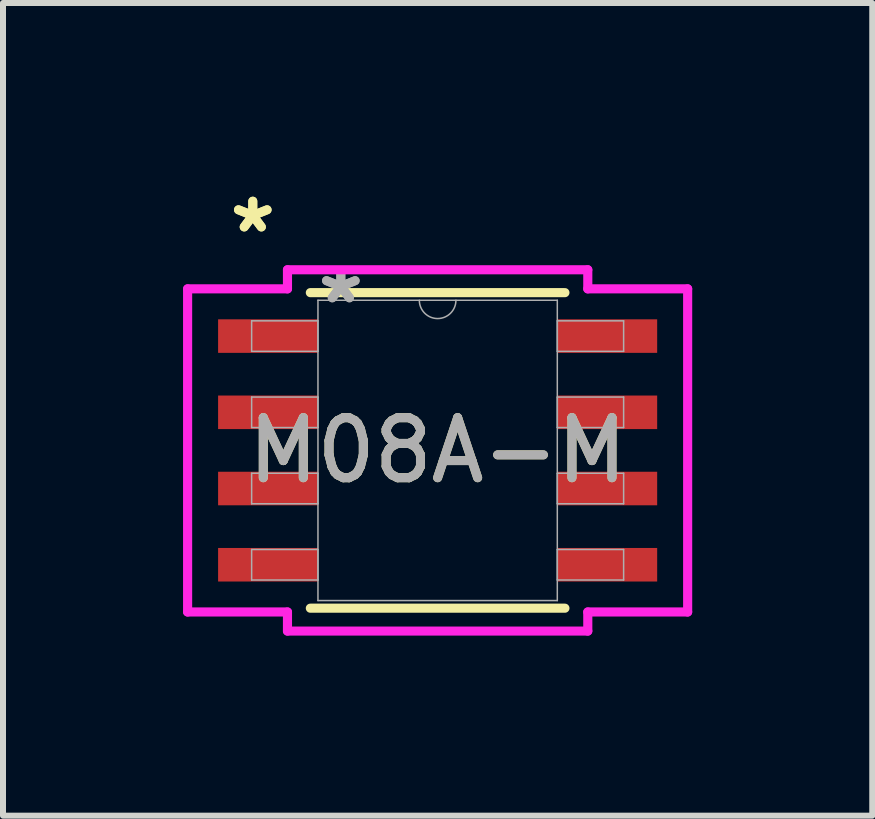
<source format=kicad_pcb>
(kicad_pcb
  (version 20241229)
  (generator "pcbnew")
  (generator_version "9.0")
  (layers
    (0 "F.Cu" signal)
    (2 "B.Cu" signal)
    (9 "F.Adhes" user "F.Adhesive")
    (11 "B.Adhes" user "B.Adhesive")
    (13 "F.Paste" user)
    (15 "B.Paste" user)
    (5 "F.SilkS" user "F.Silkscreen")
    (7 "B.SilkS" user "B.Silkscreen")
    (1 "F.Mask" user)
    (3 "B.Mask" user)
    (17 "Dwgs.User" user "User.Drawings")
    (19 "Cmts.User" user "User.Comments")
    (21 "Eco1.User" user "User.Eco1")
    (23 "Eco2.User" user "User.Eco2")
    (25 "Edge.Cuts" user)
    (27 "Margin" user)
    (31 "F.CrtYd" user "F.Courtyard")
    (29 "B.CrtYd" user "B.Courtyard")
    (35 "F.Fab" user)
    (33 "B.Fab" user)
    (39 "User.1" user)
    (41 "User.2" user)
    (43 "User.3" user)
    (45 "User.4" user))
  (footprint "M08A-M"
    (layer "F.Cu")
    (at 4.242 4.455)
    (property "Reference" "M08A-M" (at 0 0 0) (unlocked yes) (layer "F.SilkS") (effects (font (size 1 1) (thickness 0.15))))
    (attr smd)
    (fp_line (start -2.121 2.629) (end 2.121 2.629) (stroke (width 0.152) (type solid)) (layer "F.SilkS"))
    (fp_line (start 2.121 -2.629) (end -2.121 -2.629) (stroke (width 0.152) (type solid)) (layer "F.SilkS"))
    (fp_line (start -4.166 -2.692) (end -2.502 -2.692) (stroke (width 0.152) (type solid)) (layer "F.CrtYd"))
    (fp_line (start -4.166 2.692) (end -4.166 -2.692) (stroke (width 0.152) (type solid)) (layer "F.CrtYd"))
    (fp_line (start -4.166 2.692) (end -2.502 2.692) (stroke (width 0.152) (type solid)) (layer "F.CrtYd"))
    (fp_line (start -2.502 -3.01) (end 2.502 -3.01) (stroke (width 0.152) (type solid)) (layer "F.CrtYd"))
    (fp_line (start -2.502 -2.692) (end -2.502 -3.01) (stroke (width 0.152) (type solid)) (layer "F.CrtYd"))
    (fp_line (start -2.502 3.01) (end -2.502 2.692) (stroke (width 0.152) (type solid)) (layer "F.CrtYd"))
    (fp_line (start 2.502 -3.01) (end 2.502 -2.692) (stroke (width 0.152) (type solid)) (layer "F.CrtYd"))
    (fp_line (start 2.502 2.692) (end 2.502 3.01) (stroke (width 0.152) (type solid)) (layer "F.CrtYd"))
    (fp_line (start 2.502 3.01) (end -2.502 3.01) (stroke (width 0.152) (type solid)) (layer "F.CrtYd"))
    (fp_line (start 4.166 -2.692) (end 2.502 -2.692) (stroke (width 0.152) (type solid)) (layer "F.CrtYd"))
    (fp_line (start 4.166 -2.692) (end 4.166 2.692) (stroke (width 0.152) (type solid)) (layer "F.CrtYd"))
    (fp_line (start 4.166 2.692) (end 2.502 2.692) (stroke (width 0.152) (type solid)) (layer "F.CrtYd"))
    (fp_line (start -3.099 -2.159) (end -3.099 -1.651) (stroke (width 0.025) (type solid)) (layer "F.Fab"))
    (fp_line (start -3.099 -1.651) (end -1.994 -1.651) (stroke (width 0.025) (type solid)) (layer "F.Fab"))
    (fp_line (start -3.099 -0.889) (end -3.099 -0.381) (stroke (width 0.025) (type solid)) (layer "F.Fab"))
    (fp_line (start -3.099 -0.381) (end -1.994 -0.381) (stroke (width 0.025) (type solid)) (layer "F.Fab"))
    (fp_line (start -3.099 0.381) (end -3.099 0.889) (stroke (width 0.025) (type solid)) (layer "F.Fab"))
    (fp_line (start -3.099 0.889) (end -1.994 0.889) (stroke (width 0.025) (type solid)) (layer "F.Fab"))
    (fp_line (start -3.099 1.651) (end -3.099 2.159) (stroke (width 0.025) (type solid)) (layer "F.Fab"))
    (fp_line (start -3.099 2.159) (end -1.994 2.159) (stroke (width 0.025) (type solid)) (layer "F.Fab"))
    (fp_line (start -1.994 -2.502) (end -1.994 2.502) (stroke (width 0.025) (type solid)) (layer "F.Fab"))
    (fp_line (start -1.994 -2.159) (end -3.099 -2.159) (stroke (width 0.025) (type solid)) (layer "F.Fab"))
    (fp_line (start -1.994 -1.651) (end -1.994 -2.159) (stroke (width 0.025) (type solid)) (layer "F.Fab"))
    (fp_line (start -1.994 -0.889) (end -3.099 -0.889) (stroke (width 0.025) (type solid)) (layer "F.Fab"))
    (fp_line (start -1.994 -0.381) (end -1.994 -0.889) (stroke (width 0.025) (type solid)) (layer "F.Fab"))
    (fp_line (start -1.994 0.381) (end -3.099 0.381) (stroke (width 0.025) (type solid)) (layer "F.Fab"))
    (fp_line (start -1.994 0.889) (end -1.994 0.381) (stroke (width 0.025) (type solid)) (layer "F.Fab"))
    (fp_line (start -1.994 1.651) (end -3.099 1.651) (stroke (width 0.025) (type solid)) (layer "F.Fab"))
    (fp_line (start -1.994 2.159) (end -1.994 1.651) (stroke (width 0.025) (type solid)) (layer "F.Fab"))
    (fp_line (start -1.994 2.502) (end 1.994 2.502) (stroke (width 0.025) (type solid)) (layer "F.Fab"))
    (fp_line (start 1.994 -2.502) (end -1.994 -2.502) (stroke (width 0.025) (type solid)) (layer "F.Fab"))
    (fp_line (start 1.994 -2.159) (end 1.994 -1.651) (stroke (width 0.025) (type solid)) (layer "F.Fab"))
    (fp_line (start 1.994 -1.651) (end 3.099 -1.651) (stroke (width 0.025) (type solid)) (layer "F.Fab"))
    (fp_line (start 1.994 -0.889) (end 1.994 -0.381) (stroke (width 0.025) (type solid)) (layer "F.Fab"))
    (fp_line (start 1.994 -0.381) (end 3.099 -0.381) (stroke (width 0.025) (type solid)) (layer "F.Fab"))
    (fp_line (start 1.994 0.381) (end 1.994 0.889) (stroke (width 0.025) (type solid)) (layer "F.Fab"))
    (fp_line (start 1.994 0.889) (end 3.099 0.889) (stroke (width 0.025) (type solid)) (layer "F.Fab"))
    (fp_line (start 1.994 1.651) (end 1.994 2.159) (stroke (width 0.025) (type solid)) (layer "F.Fab"))
    (fp_line (start 1.994 2.159) (end 3.099 2.159) (stroke (width 0.025) (type solid)) (layer "F.Fab"))
    (fp_line (start 1.994 2.502) (end 1.994 -2.502) (stroke (width 0.025) (type solid)) (layer "F.Fab"))
    (fp_line (start 3.099 -2.159) (end 1.994 -2.159) (stroke (width 0.025) (type solid)) (layer "F.Fab"))
    (fp_line (start 3.099 -1.651) (end 3.099 -2.159) (stroke (width 0.025) (type solid)) (layer "F.Fab"))
    (fp_line (start 3.099 -0.889) (end 1.994 -0.889) (stroke (width 0.025) (type solid)) (layer "F.Fab"))
    (fp_line (start 3.099 -0.381) (end 3.099 -0.889) (stroke (width 0.025) (type solid)) (layer "F.Fab"))
    (fp_line (start 3.099 0.381) (end 1.994 0.381) (stroke (width 0.025) (type solid)) (layer "F.Fab"))
    (fp_line (start 3.099 0.889) (end 3.099 0.381) (stroke (width 0.025) (type solid)) (layer "F.Fab"))
    (fp_line (start 3.099 1.651) (end 1.994 1.651) (stroke (width 0.025) (type solid)) (layer "F.Fab"))
    (fp_line (start 3.099 2.159) (end 3.099 1.651) (stroke (width 0.025) (type solid)) (layer "F.Fab"))
    (fp_arc (start 0.3048 -2.5019) (mid 0 -2.1971) (end -0.3048 -2.5019) (stroke (width 0.0254) (type solid)) (layer "F.Fab"))
    (fp_text user "*" (at -3.08 -3.607 0) (layer "F.SilkS") (effects (font (size 1 1) (thickness 0.15))))
    (fp_text user "*" (at -3.08 -3.607 0) (unlocked yes) (layer "F.SilkS") (effects (font (size 1 1) (thickness 0.15))))
    (fp_text user "*" (at -1.613 -2.426 0) (layer "F.Fab") (effects (font (size 1 1) (thickness 0.15))))
    (fp_text user "${REFERENCE}" (at 0 0 0) (unlocked yes) (layer "F.Fab") (effects (font (size 1 1) (thickness 0.15))))
    (fp_text user "*" (at -1.613 -2.426 0) (unlocked yes) (layer "F.Fab") (effects (font (size 1 1) (thickness 0.15))))
    (pad "1" smd rect (at -2.826 -1.905) (size 1.664 0.559) (layers "F.Cu" "F.Mask" "F.Paste"))
    (pad "2" smd rect (at -2.826 -0.635) (size 1.664 0.559) (layers "F.Cu" "F.Mask" "F.Paste"))
    (pad "3" smd rect (at -2.826 0.635) (size 1.664 0.559) (layers "F.Cu" "F.Mask" "F.Paste"))
    (pad "4" smd rect (at -2.826 1.905) (size 1.664 0.559) (layers "F.Cu" "F.Mask" "F.Paste"))
    (pad "5" smd rect (at 2.826 1.905) (size 1.664 0.559) (layers "F.Cu" "F.Mask" "F.Paste"))
    (pad "6" smd rect (at 2.826 0.635) (size 1.664 0.559) (layers "F.Cu" "F.Mask" "F.Paste"))
    (pad "7" smd rect (at 2.826 -0.635) (size 1.664 0.559) (layers "F.Cu" "F.Mask" "F.Paste"))
    (pad "8" smd rect (at 2.826 -1.905) (size 1.664 0.559) (layers "F.Cu" "F.Mask" "F.Paste")))
  (gr_rect
    (start -3 -3)
    (end 11.484 10.541)
    (stroke (width 0.1) (type default))
    (fill no)
    (layer "Edge.Cuts")))
</source>
